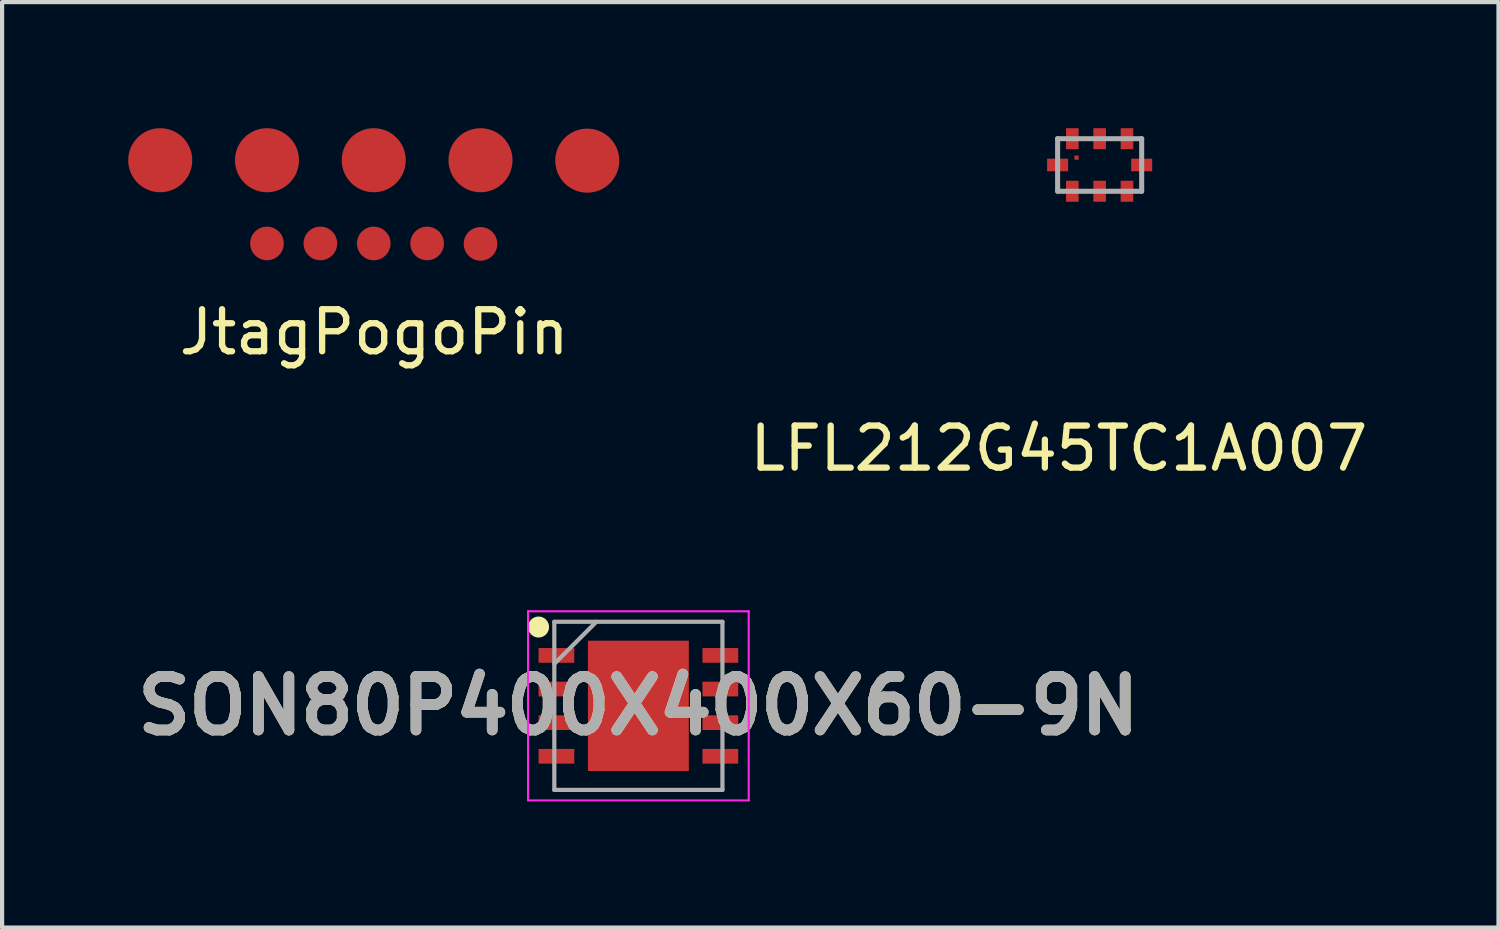
<source format=kicad_pcb>
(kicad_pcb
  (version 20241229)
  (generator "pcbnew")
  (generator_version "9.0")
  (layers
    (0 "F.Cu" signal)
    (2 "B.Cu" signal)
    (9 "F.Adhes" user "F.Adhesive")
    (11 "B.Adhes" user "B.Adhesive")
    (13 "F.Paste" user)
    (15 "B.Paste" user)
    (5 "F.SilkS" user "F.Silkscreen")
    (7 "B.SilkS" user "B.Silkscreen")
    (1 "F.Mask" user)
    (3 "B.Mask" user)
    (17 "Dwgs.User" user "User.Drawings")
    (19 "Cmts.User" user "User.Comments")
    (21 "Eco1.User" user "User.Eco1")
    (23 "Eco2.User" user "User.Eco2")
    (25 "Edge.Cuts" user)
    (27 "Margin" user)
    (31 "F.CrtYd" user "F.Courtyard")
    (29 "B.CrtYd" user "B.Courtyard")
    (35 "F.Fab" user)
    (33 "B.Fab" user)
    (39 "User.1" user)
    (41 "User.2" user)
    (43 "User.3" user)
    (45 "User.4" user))
  (footprint "JtagPogoPin"
    (layer "F.Cu")
    (at 5.842 0.762)
    (property "Reference" "JtagPogoPin" (at 0.01 4.09 0) (layer "F.SilkS") (effects (font (size 1 1) (thickness 0.15))))
    (attr through_hole)
    (pad "1" connect circle (at -5.08 0) (size 1.524 1.524) (layers "F.Cu" "F.Mask"))
    (pad "1" connect circle (at -2.54 1.98) (size 0.8 0.8) (layers "F.Cu" "F.Mask"))
    (pad "2" connect circle (at -2.54 0) (size 1.524 1.524) (layers "F.Cu" "F.Mask"))
    (pad "2" connect circle (at -1.27 1.98) (size 0.8 0.8) (layers "F.Cu" "F.Mask"))
    (pad "3" connect circle (at 0 0) (size 1.524 1.524) (layers "F.Cu" "F.Mask"))
    (pad "3" connect circle (at 0 1.98) (size 0.8 0.8) (layers "F.Cu" "F.Mask"))
    (pad "4" connect circle (at 1.27 1.98) (size 0.8 0.8) (layers "F.Cu" "F.Mask"))
    (pad "4" connect circle (at 2.54 0) (size 1.524 1.524) (layers "F.Cu" "F.Mask"))
    (pad "5" connect circle (at 2.54 1.99) (size 0.8 0.8) (layers "F.Cu" "F.Mask"))
    (pad "5" connect circle (at 5.08 0.01) (size 1.524 1.524) (layers "F.Cu" "F.Mask")))
  (footprint "SON80P400X400X60-9N"
    (layer "F.Cu")
    (at 12.138 13.743)
    (property "Reference" "SON80P400X400X60-9N" (at 0 0 0) (layer "F.SilkS") (effects (font (size 1.27 1.27) (thickness 0.254))))
    (attr smd)
    (fp_circle (center -2.375 -1.875) (end -2.375 -1.75) (stroke (width 0.25) (type solid)) (fill no) (layer "F.SilkS"))
    (fp_line (start -2.625 -2.25) (end 2.625 -2.25) (stroke (width 0.05) (type solid)) (layer "F.CrtYd"))
    (fp_line (start -2.625 2.25) (end -2.625 -2.25) (stroke (width 0.05) (type solid)) (layer "F.CrtYd"))
    (fp_line (start 2.625 -2.25) (end 2.625 2.25) (stroke (width 0.05) (type solid)) (layer "F.CrtYd"))
    (fp_line (start 2.625 2.25) (end -2.625 2.25) (stroke (width 0.05) (type solid)) (layer "F.CrtYd"))
    (fp_line (start -2 -2) (end 2 -2) (stroke (width 0.1) (type solid)) (layer "F.Fab"))
    (fp_line (start -2 -1) (end -1 -2) (stroke (width 0.1) (type solid)) (layer "F.Fab"))
    (fp_line (start -2 2) (end -2 -2) (stroke (width 0.1) (type solid)) (layer "F.Fab"))
    (fp_line (start 2 -2) (end 2 2) (stroke (width 0.1) (type solid)) (layer "F.Fab"))
    (fp_line (start 2 2) (end -2 2) (stroke (width 0.1) (type solid)) (layer "F.Fab"))
    (fp_text user "${REFERENCE}" (at 0 0 0) (layer "F.Fab") (effects (font (size 1.27 1.27) (thickness 0.254))))
    (pad "1" smd rect (at -1.95 -1.2 90) (size 0.35 0.85) (layers "F.Cu" "F.Mask" "F.Paste"))
    (pad "2" smd rect (at -1.95 -0.4 90) (size 0.35 0.85) (layers "F.Cu" "F.Mask" "F.Paste"))
    (pad "3" smd rect (at -1.95 0.4 90) (size 0.35 0.85) (layers "F.Cu" "F.Mask" "F.Paste"))
    (pad "4" smd rect (at -1.95 1.2 90) (size 0.35 0.85) (layers "F.Cu" "F.Mask" "F.Paste"))
    (pad "5" smd rect (at 1.95 1.2 90) (size 0.35 0.85) (layers "F.Cu" "F.Mask" "F.Paste"))
    (pad "6" smd rect (at 1.95 0.4 90) (size 0.35 0.85) (layers "F.Cu" "F.Mask" "F.Paste"))
    (pad "7" smd rect (at 1.95 -0.4 90) (size 0.35 0.85) (layers "F.Cu" "F.Mask" "F.Paste"))
    (pad "8" smd rect (at 1.95 -1.2 90) (size 0.35 0.85) (layers "F.Cu" "F.Mask" "F.Paste"))
    (pad "9" smd rect (at 0 0) (size 2.4 3.1) (layers "F.Cu" "F.Mask" "F.Paste")))
  (footprint "LFL212G45TC1A007"
    (layer "F.Cu")
    (at 22.112 0.25)
    (property "Reference" "LFL212G45TC1A007" (at 0.03 7.37 0) (layer "F.SilkS") (effects (font (size 1 1) (thickness 0.15))))
    (attr through_hole)
    (fp_line (start 0 0) (end 0 1.25) (stroke (width 0.12) (type solid)) (layer "F.Fab"))
    (fp_line (start 0 0) (end 2 0) (stroke (width 0.12) (type solid)) (layer "F.Fab"))
    (fp_line (start 0 1.25) (end 2 1.25) (stroke (width 0.12) (type solid)) (layer "F.Fab"))
    (fp_line (start 2 0) (end 2 1.25) (stroke (width 0.12) (type solid)) (layer "F.Fab"))
    (pad "" smd rect (at 0.45 0.45 90) (size 0.1 0.1) (layers "F.Cu" "F.Mask" "F.Paste"))
    (pad "1" smd rect (at 0.35 0) (size 0.3 0.5) (layers "F.Cu" "F.Mask" "F.Paste"))
    (pad "2" smd rect (at 1 0) (size 0.3 0.5) (layers "F.Cu" "F.Mask" "F.Paste"))
    (pad "3" smd rect (at 1.65 0) (size 0.3 0.5) (layers "F.Cu" "F.Mask" "F.Paste"))
    (pad "4" smd rect (at 2 0.625 90) (size 0.3 0.5) (layers "F.Cu" "F.Mask" "F.Paste"))
    (pad "5" smd rect (at 1.65 1.25) (size 0.3 0.5) (layers "F.Cu" "F.Mask" "F.Paste"))
    (pad "6" smd rect (at 1 1.25) (size 0.3 0.5) (layers "F.Cu" "F.Mask" "F.Paste"))
    (pad "7" smd rect (at 0.35 1.25) (size 0.3 0.5) (layers "F.Cu" "F.Mask" "F.Paste"))
    (pad "8" smd rect (at 0 0.625 90) (size 0.3 0.5) (layers "F.Cu" "F.Mask" "F.Paste")))
  (gr_rect
    (start -3 -3)
    (end 32.601 19.018)
    (stroke (width 0.1) (type default))
    (fill no)
    (layer "Edge.Cuts")))
</source>
